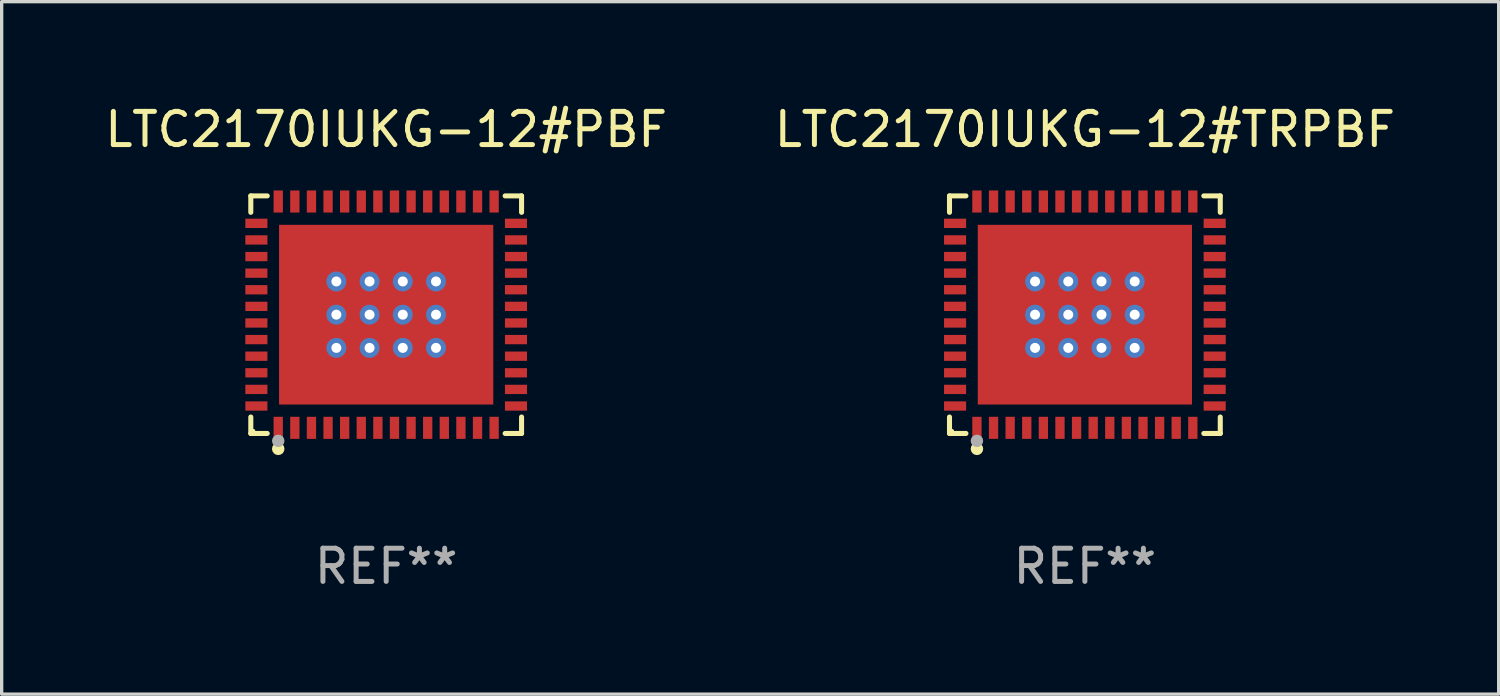
<source format=kicad_pcb>
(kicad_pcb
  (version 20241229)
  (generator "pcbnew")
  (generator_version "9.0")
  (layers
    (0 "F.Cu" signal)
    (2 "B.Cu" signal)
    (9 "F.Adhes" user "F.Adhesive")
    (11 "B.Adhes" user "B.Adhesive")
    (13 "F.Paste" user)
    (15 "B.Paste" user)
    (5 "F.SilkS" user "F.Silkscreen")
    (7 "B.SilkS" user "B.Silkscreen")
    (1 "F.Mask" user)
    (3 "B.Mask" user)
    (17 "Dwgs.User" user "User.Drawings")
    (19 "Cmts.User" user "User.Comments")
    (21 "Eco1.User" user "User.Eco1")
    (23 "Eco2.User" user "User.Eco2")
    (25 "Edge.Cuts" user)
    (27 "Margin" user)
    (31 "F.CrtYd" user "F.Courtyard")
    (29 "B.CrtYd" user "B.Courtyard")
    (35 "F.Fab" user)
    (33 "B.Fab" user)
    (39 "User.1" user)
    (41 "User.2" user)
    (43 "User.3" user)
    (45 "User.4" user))
  (footprint "LTC2170IUKG-12#PBF"
    (layer "F.Cu")
    (at 8.577 6.424)
    (property "Reference" "LTC2170IUKG-12#PBF" (at 0 -5.576 0) (layer "F.SilkS") (effects (font (size 1 1) (thickness 0.15))))
    (attr through_hole)
    (fp_line (start -4.076 -3.576) (end -3.581 -3.576) (stroke (width 0.152) (type solid)) (layer "F.SilkS"))
    (fp_line (start -4.076 -3.081) (end -4.076 -3.576) (stroke (width 0.152) (type solid)) (layer "F.SilkS"))
    (fp_line (start -4.076 3.081) (end -4.076 3.576) (stroke (width 0.152) (type solid)) (layer "F.SilkS"))
    (fp_line (start -4.076 3.576) (end -3.581 3.576) (stroke (width 0.152) (type solid)) (layer "F.SilkS"))
    (fp_line (start 4.076 -3.576) (end 3.581 -3.576) (stroke (width 0.152) (type solid)) (layer "F.SilkS"))
    (fp_line (start 4.076 -3.081) (end 4.076 -3.576) (stroke (width 0.152) (type solid)) (layer "F.SilkS"))
    (fp_line (start 4.076 3.081) (end 4.076 3.576) (stroke (width 0.152) (type solid)) (layer "F.SilkS"))
    (fp_line (start 4.076 3.576) (end 3.581 3.576) (stroke (width 0.152) (type solid)) (layer "F.SilkS"))
    (fp_circle (center -4 3.5) (end -3.97 3.5) (stroke (width 0.06) (type solid)) (fill no) (layer "F.SilkS"))
    (fp_circle (center -3.25 4.04) (end -3.156 4.04) (stroke (width 0.188) (type solid)) (fill no) (layer "F.SilkS"))
    (fp_circle (center -3.25 3.8) (end -3.156 3.8) (stroke (width 0.188) (type solid)) (fill no) (layer "F.Fab"))
    (fp_text user "REF**" (at 0 7.576 0) (layer "F.Fab") (effects (font (size 1 1) (thickness 0.15))))
    (pad "1" smd rect (at -3.25 3.407) (size 0.28 0.665) (layers "F.Cu" "F.Mask" "F.Paste"))
    (pad "2" smd rect (at -2.75 3.407) (size 0.28 0.665) (layers "F.Cu" "F.Mask" "F.Paste"))
    (pad "3" smd rect (at -2.25 3.407) (size 0.28 0.665) (layers "F.Cu" "F.Mask" "F.Paste"))
    (pad "4" smd rect (at -1.75 3.407) (size 0.28 0.665) (layers "F.Cu" "F.Mask" "F.Paste"))
    (pad "5" smd rect (at -1.25 3.407) (size 0.28 0.665) (layers "F.Cu" "F.Mask" "F.Paste"))
    (pad "6" smd rect (at -0.75 3.407) (size 0.28 0.665) (layers "F.Cu" "F.Mask" "F.Paste"))
    (pad "7" smd rect (at -0.25 3.407) (size 0.28 0.665) (layers "F.Cu" "F.Mask" "F.Paste"))
    (pad "8" smd rect (at 0.25 3.407) (size 0.28 0.665) (layers "F.Cu" "F.Mask" "F.Paste"))
    (pad "9" smd rect (at 0.75 3.407) (size 0.28 0.665) (layers "F.Cu" "F.Mask" "F.Paste"))
    (pad "10" smd rect (at 1.25 3.407) (size 0.28 0.665) (layers "F.Cu" "F.Mask" "F.Paste"))
    (pad "11" smd rect (at 1.75 3.407) (size 0.28 0.665) (layers "F.Cu" "F.Mask" "F.Paste"))
    (pad "12" smd rect (at 2.25 3.407) (size 0.28 0.665) (layers "F.Cu" "F.Mask" "F.Paste"))
    (pad "13" smd rect (at 2.75 3.407) (size 0.28 0.665) (layers "F.Cu" "F.Mask" "F.Paste"))
    (pad "14" smd rect (at 3.25 3.407) (size 0.28 0.665) (layers "F.Cu" "F.Mask" "F.Paste"))
    (pad "15" smd rect (at 3.908 2.75) (size 0.665 0.28) (layers "F.Cu" "F.Mask" "F.Paste"))
    (pad "16" smd rect (at 3.908 2.25) (size 0.665 0.28) (layers "F.Cu" "F.Mask" "F.Paste"))
    (pad "17" smd rect (at 3.908 1.75) (size 0.665 0.28) (layers "F.Cu" "F.Mask" "F.Paste"))
    (pad "18" smd rect (at 3.908 1.25) (size 0.665 0.28) (layers "F.Cu" "F.Mask" "F.Paste"))
    (pad "19" smd rect (at 3.908 0.75) (size 0.665 0.28) (layers "F.Cu" "F.Mask" "F.Paste"))
    (pad "20" smd rect (at 3.908 0.25) (size 0.665 0.28) (layers "F.Cu" "F.Mask" "F.Paste"))
    (pad "21" smd rect (at 3.908 -0.25) (size 0.665 0.28) (layers "F.Cu" "F.Mask" "F.Paste"))
    (pad "22" smd rect (at 3.908 -0.75) (size 0.665 0.28) (layers "F.Cu" "F.Mask" "F.Paste"))
    (pad "23" smd rect (at 3.908 -1.25) (size 0.665 0.28) (layers "F.Cu" "F.Mask" "F.Paste"))
    (pad "24" smd rect (at 3.908 -1.75) (size 0.665 0.28) (layers "F.Cu" "F.Mask" "F.Paste"))
    (pad "25" smd rect (at 3.908 -2.25) (size 0.665 0.28) (layers "F.Cu" "F.Mask" "F.Paste"))
    (pad "26" smd rect (at 3.908 -2.75) (size 0.665 0.28) (layers "F.Cu" "F.Mask" "F.Paste"))
    (pad "27" smd rect (at 3.25 -3.407) (size 0.28 0.665) (layers "F.Cu" "F.Mask" "F.Paste"))
    (pad "28" smd rect (at 2.75 -3.407) (size 0.28 0.665) (layers "F.Cu" "F.Mask" "F.Paste"))
    (pad "29" smd rect (at 2.25 -3.407) (size 0.28 0.665) (layers "F.Cu" "F.Mask" "F.Paste"))
    (pad "30" smd rect (at 1.75 -3.407) (size 0.28 0.665) (layers "F.Cu" "F.Mask" "F.Paste"))
    (pad "31" smd rect (at 1.25 -3.407) (size 0.28 0.665) (layers "F.Cu" "F.Mask" "F.Paste"))
    (pad "32" smd rect (at 0.75 -3.407) (size 0.28 0.665) (layers "F.Cu" "F.Mask" "F.Paste"))
    (pad "33" smd rect (at 0.25 -3.407) (size 0.28 0.665) (layers "F.Cu" "F.Mask" "F.Paste"))
    (pad "34" smd rect (at -0.25 -3.407) (size 0.28 0.665) (layers "F.Cu" "F.Mask" "F.Paste"))
    (pad "35" smd rect (at -0.75 -3.407) (size 0.28 0.665) (layers "F.Cu" "F.Mask" "F.Paste"))
    (pad "36" smd rect (at -1.25 -3.407) (size 0.28 0.665) (layers "F.Cu" "F.Mask" "F.Paste"))
    (pad "37" smd rect (at -1.75 -3.407) (size 0.28 0.665) (layers "F.Cu" "F.Mask" "F.Paste"))
    (pad "38" smd rect (at -2.25 -3.407) (size 0.28 0.665) (layers "F.Cu" "F.Mask" "F.Paste"))
    (pad "39" smd rect (at -2.75 -3.407) (size 0.28 0.665) (layers "F.Cu" "F.Mask" "F.Paste"))
    (pad "40" smd rect (at -3.25 -3.407) (size 0.28 0.665) (layers "F.Cu" "F.Mask" "F.Paste"))
    (pad "41" smd rect (at -3.908 -2.75) (size 0.665 0.28) (layers "F.Cu" "F.Mask" "F.Paste"))
    (pad "42" smd rect (at -3.908 -2.25) (size 0.665 0.28) (layers "F.Cu" "F.Mask" "F.Paste"))
    (pad "43" smd rect (at -3.908 -1.75) (size 0.665 0.28) (layers "F.Cu" "F.Mask" "F.Paste"))
    (pad "44" smd rect (at -3.908 -1.25) (size 0.665 0.28) (layers "F.Cu" "F.Mask" "F.Paste"))
    (pad "45" smd rect (at -3.908 -0.75) (size 0.665 0.28) (layers "F.Cu" "F.Mask" "F.Paste"))
    (pad "46" smd rect (at -3.908 -0.25) (size 0.665 0.28) (layers "F.Cu" "F.Mask" "F.Paste"))
    (pad "47" smd rect (at -3.908 0.25) (size 0.665 0.28) (layers "F.Cu" "F.Mask" "F.Paste"))
    (pad "48" smd rect (at -3.908 0.75) (size 0.665 0.28) (layers "F.Cu" "F.Mask" "F.Paste"))
    (pad "49" smd rect (at -3.908 1.25) (size 0.665 0.28) (layers "F.Cu" "F.Mask" "F.Paste"))
    (pad "50" smd rect (at -3.908 1.75) (size 0.665 0.28) (layers "F.Cu" "F.Mask" "F.Paste"))
    (pad "51" smd rect (at -3.908 2.25) (size 0.665 0.28) (layers "F.Cu" "F.Mask" "F.Paste"))
    (pad "52" smd rect (at -3.908 2.75) (size 0.665 0.28) (layers "F.Cu" "F.Mask" "F.Paste"))
    (pad "53" thru_hole circle (at -1.5 -1) (size 0.6 0.6) (drill 0.3) (layers "*.Cu" "*.Mask"))
    (pad "53" thru_hole circle (at -1.5 0) (size 0.6 0.6) (drill 0.3) (layers "*.Cu" "*.Mask"))
    (pad "53" thru_hole circle (at -1.5 1) (size 0.6 0.6) (drill 0.3) (layers "*.Cu" "*.Mask"))
    (pad "53" thru_hole circle (at -0.5 -1) (size 0.6 0.6) (drill 0.3) (layers "*.Cu" "*.Mask"))
    (pad "53" thru_hole circle (at -0.5 0) (size 0.6 0.6) (drill 0.3) (layers "*.Cu" "*.Mask"))
    (pad "53" thru_hole circle (at -0.5 1) (size 0.6 0.6) (drill 0.3) (layers "*.Cu" "*.Mask"))
    (pad "53" smd rect (at 0 0) (size 6.45 5.41) (layers "F.Cu" "F.Mask" "F.Paste"))
    (pad "53" thru_hole circle (at 0.5 -1) (size 0.6 0.6) (drill 0.3) (layers "*.Cu" "*.Mask"))
    (pad "53" thru_hole circle (at 0.5 0) (size 0.6 0.6) (drill 0.3) (layers "*.Cu" "*.Mask"))
    (pad "53" thru_hole circle (at 0.5 1) (size 0.6 0.6) (drill 0.3) (layers "*.Cu" "*.Mask"))
    (pad "53" thru_hole circle (at 1.5 -1) (size 0.6 0.6) (drill 0.3) (layers "*.Cu" "*.Mask"))
    (pad "53" thru_hole circle (at 1.5 0) (size 0.6 0.6) (drill 0.3) (layers "*.Cu" "*.Mask"))
    (pad "53" thru_hole circle (at 1.5 1) (size 0.6 0.6) (drill 0.3) (layers "*.Cu" "*.Mask")))
  (footprint "LTC2170IUKG-12#TRPBF"
    (layer "F.Cu")
    (at 29.613 6.424)
    (property "Reference" "LTC2170IUKG-12#TRPBF" (at 0 -5.576 0) (layer "F.SilkS") (effects (font (size 1 1) (thickness 0.15))))
    (attr through_hole)
    (fp_line (start -4.076 -3.576) (end -3.581 -3.576) (stroke (width 0.152) (type solid)) (layer "F.SilkS"))
    (fp_line (start -4.076 -3.081) (end -4.076 -3.576) (stroke (width 0.152) (type solid)) (layer "F.SilkS"))
    (fp_line (start -4.076 3.081) (end -4.076 3.576) (stroke (width 0.152) (type solid)) (layer "F.SilkS"))
    (fp_line (start -4.076 3.576) (end -3.581 3.576) (stroke (width 0.152) (type solid)) (layer "F.SilkS"))
    (fp_line (start 4.076 -3.576) (end 3.581 -3.576) (stroke (width 0.152) (type solid)) (layer "F.SilkS"))
    (fp_line (start 4.076 -3.081) (end 4.076 -3.576) (stroke (width 0.152) (type solid)) (layer "F.SilkS"))
    (fp_line (start 4.076 3.081) (end 4.076 3.576) (stroke (width 0.152) (type solid)) (layer "F.SilkS"))
    (fp_line (start 4.076 3.576) (end 3.581 3.576) (stroke (width 0.152) (type solid)) (layer "F.SilkS"))
    (fp_circle (center -4 3.5) (end -3.97 3.5) (stroke (width 0.06) (type solid)) (fill no) (layer "F.SilkS"))
    (fp_circle (center -3.25 4.04) (end -3.156 4.04) (stroke (width 0.188) (type solid)) (fill no) (layer "F.SilkS"))
    (fp_circle (center -3.25 3.8) (end -3.156 3.8) (stroke (width 0.188) (type solid)) (fill no) (layer "F.Fab"))
    (fp_text user "REF**" (at 0 7.576 0) (layer "F.Fab") (effects (font (size 1 1) (thickness 0.15))))
    (pad "1" smd rect (at -3.25 3.407) (size 0.28 0.665) (layers "F.Cu" "F.Mask" "F.Paste"))
    (pad "2" smd rect (at -2.75 3.407) (size 0.28 0.665) (layers "F.Cu" "F.Mask" "F.Paste"))
    (pad "3" smd rect (at -2.25 3.407) (size 0.28 0.665) (layers "F.Cu" "F.Mask" "F.Paste"))
    (pad "4" smd rect (at -1.75 3.407) (size 0.28 0.665) (layers "F.Cu" "F.Mask" "F.Paste"))
    (pad "5" smd rect (at -1.25 3.407) (size 0.28 0.665) (layers "F.Cu" "F.Mask" "F.Paste"))
    (pad "6" smd rect (at -0.75 3.407) (size 0.28 0.665) (layers "F.Cu" "F.Mask" "F.Paste"))
    (pad "7" smd rect (at -0.25 3.407) (size 0.28 0.665) (layers "F.Cu" "F.Mask" "F.Paste"))
    (pad "8" smd rect (at 0.25 3.407) (size 0.28 0.665) (layers "F.Cu" "F.Mask" "F.Paste"))
    (pad "9" smd rect (at 0.75 3.407) (size 0.28 0.665) (layers "F.Cu" "F.Mask" "F.Paste"))
    (pad "10" smd rect (at 1.25 3.407) (size 0.28 0.665) (layers "F.Cu" "F.Mask" "F.Paste"))
    (pad "11" smd rect (at 1.75 3.407) (size 0.28 0.665) (layers "F.Cu" "F.Mask" "F.Paste"))
    (pad "12" smd rect (at 2.25 3.407) (size 0.28 0.665) (layers "F.Cu" "F.Mask" "F.Paste"))
    (pad "13" smd rect (at 2.75 3.407) (size 0.28 0.665) (layers "F.Cu" "F.Mask" "F.Paste"))
    (pad "14" smd rect (at 3.25 3.407) (size 0.28 0.665) (layers "F.Cu" "F.Mask" "F.Paste"))
    (pad "15" smd rect (at 3.908 2.75) (size 0.665 0.28) (layers "F.Cu" "F.Mask" "F.Paste"))
    (pad "16" smd rect (at 3.908 2.25) (size 0.665 0.28) (layers "F.Cu" "F.Mask" "F.Paste"))
    (pad "17" smd rect (at 3.908 1.75) (size 0.665 0.28) (layers "F.Cu" "F.Mask" "F.Paste"))
    (pad "18" smd rect (at 3.908 1.25) (size 0.665 0.28) (layers "F.Cu" "F.Mask" "F.Paste"))
    (pad "19" smd rect (at 3.908 0.75) (size 0.665 0.28) (layers "F.Cu" "F.Mask" "F.Paste"))
    (pad "20" smd rect (at 3.908 0.25) (size 0.665 0.28) (layers "F.Cu" "F.Mask" "F.Paste"))
    (pad "21" smd rect (at 3.908 -0.25) (size 0.665 0.28) (layers "F.Cu" "F.Mask" "F.Paste"))
    (pad "22" smd rect (at 3.908 -0.75) (size 0.665 0.28) (layers "F.Cu" "F.Mask" "F.Paste"))
    (pad "23" smd rect (at 3.908 -1.25) (size 0.665 0.28) (layers "F.Cu" "F.Mask" "F.Paste"))
    (pad "24" smd rect (at 3.908 -1.75) (size 0.665 0.28) (layers "F.Cu" "F.Mask" "F.Paste"))
    (pad "25" smd rect (at 3.908 -2.25) (size 0.665 0.28) (layers "F.Cu" "F.Mask" "F.Paste"))
    (pad "26" smd rect (at 3.908 -2.75) (size 0.665 0.28) (layers "F.Cu" "F.Mask" "F.Paste"))
    (pad "27" smd rect (at 3.25 -3.407) (size 0.28 0.665) (layers "F.Cu" "F.Mask" "F.Paste"))
    (pad "28" smd rect (at 2.75 -3.407) (size 0.28 0.665) (layers "F.Cu" "F.Mask" "F.Paste"))
    (pad "29" smd rect (at 2.25 -3.407) (size 0.28 0.665) (layers "F.Cu" "F.Mask" "F.Paste"))
    (pad "30" smd rect (at 1.75 -3.407) (size 0.28 0.665) (layers "F.Cu" "F.Mask" "F.Paste"))
    (pad "31" smd rect (at 1.25 -3.407) (size 0.28 0.665) (layers "F.Cu" "F.Mask" "F.Paste"))
    (pad "32" smd rect (at 0.75 -3.407) (size 0.28 0.665) (layers "F.Cu" "F.Mask" "F.Paste"))
    (pad "33" smd rect (at 0.25 -3.407) (size 0.28 0.665) (layers "F.Cu" "F.Mask" "F.Paste"))
    (pad "34" smd rect (at -0.25 -3.407) (size 0.28 0.665) (layers "F.Cu" "F.Mask" "F.Paste"))
    (pad "35" smd rect (at -0.75 -3.407) (size 0.28 0.665) (layers "F.Cu" "F.Mask" "F.Paste"))
    (pad "36" smd rect (at -1.25 -3.407) (size 0.28 0.665) (layers "F.Cu" "F.Mask" "F.Paste"))
    (pad "37" smd rect (at -1.75 -3.407) (size 0.28 0.665) (layers "F.Cu" "F.Mask" "F.Paste"))
    (pad "38" smd rect (at -2.25 -3.407) (size 0.28 0.665) (layers "F.Cu" "F.Mask" "F.Paste"))
    (pad "39" smd rect (at -2.75 -3.407) (size 0.28 0.665) (layers "F.Cu" "F.Mask" "F.Paste"))
    (pad "40" smd rect (at -3.25 -3.407) (size 0.28 0.665) (layers "F.Cu" "F.Mask" "F.Paste"))
    (pad "41" smd rect (at -3.908 -2.75) (size 0.665 0.28) (layers "F.Cu" "F.Mask" "F.Paste"))
    (pad "42" smd rect (at -3.908 -2.25) (size 0.665 0.28) (layers "F.Cu" "F.Mask" "F.Paste"))
    (pad "43" smd rect (at -3.908 -1.75) (size 0.665 0.28) (layers "F.Cu" "F.Mask" "F.Paste"))
    (pad "44" smd rect (at -3.908 -1.25) (size 0.665 0.28) (layers "F.Cu" "F.Mask" "F.Paste"))
    (pad "45" smd rect (at -3.908 -0.75) (size 0.665 0.28) (layers "F.Cu" "F.Mask" "F.Paste"))
    (pad "46" smd rect (at -3.908 -0.25) (size 0.665 0.28) (layers "F.Cu" "F.Mask" "F.Paste"))
    (pad "47" smd rect (at -3.908 0.25) (size 0.665 0.28) (layers "F.Cu" "F.Mask" "F.Paste"))
    (pad "48" smd rect (at -3.908 0.75) (size 0.665 0.28) (layers "F.Cu" "F.Mask" "F.Paste"))
    (pad "49" smd rect (at -3.908 1.25) (size 0.665 0.28) (layers "F.Cu" "F.Mask" "F.Paste"))
    (pad "50" smd rect (at -3.908 1.75) (size 0.665 0.28) (layers "F.Cu" "F.Mask" "F.Paste"))
    (pad "51" smd rect (at -3.908 2.25) (size 0.665 0.28) (layers "F.Cu" "F.Mask" "F.Paste"))
    (pad "52" smd rect (at -3.908 2.75) (size 0.665 0.28) (layers "F.Cu" "F.Mask" "F.Paste"))
    (pad "53" thru_hole circle (at -1.5 -1) (size 0.6 0.6) (drill 0.3) (layers "*.Cu" "*.Mask"))
    (pad "53" thru_hole circle (at -1.5 0) (size 0.6 0.6) (drill 0.3) (layers "*.Cu" "*.Mask"))
    (pad "53" thru_hole circle (at -1.5 1) (size 0.6 0.6) (drill 0.3) (layers "*.Cu" "*.Mask"))
    (pad "53" thru_hole circle (at -0.5 -1) (size 0.6 0.6) (drill 0.3) (layers "*.Cu" "*.Mask"))
    (pad "53" thru_hole circle (at -0.5 0) (size 0.6 0.6) (drill 0.3) (layers "*.Cu" "*.Mask"))
    (pad "53" thru_hole circle (at -0.5 1) (size 0.6 0.6) (drill 0.3) (layers "*.Cu" "*.Mask"))
    (pad "53" smd rect (at 0 0) (size 6.45 5.41) (layers "F.Cu" "F.Mask" "F.Paste"))
    (pad "53" thru_hole circle (at 0.5 -1) (size 0.6 0.6) (drill 0.3) (layers "*.Cu" "*.Mask"))
    (pad "53" thru_hole circle (at 0.5 0) (size 0.6 0.6) (drill 0.3) (layers "*.Cu" "*.Mask"))
    (pad "53" thru_hole circle (at 0.5 1) (size 0.6 0.6) (drill 0.3) (layers "*.Cu" "*.Mask"))
    (pad "53" thru_hole circle (at 1.5 -1) (size 0.6 0.6) (drill 0.3) (layers "*.Cu" "*.Mask"))
    (pad "53" thru_hole circle (at 1.5 0) (size 0.6 0.6) (drill 0.3) (layers "*.Cu" "*.Mask"))
    (pad "53" thru_hole circle (at 1.5 1) (size 0.6 0.6) (drill 0.3) (layers "*.Cu" "*.Mask")))
  (gr_rect
    (start -3 -3)
    (end 42.071 17.849)
    (stroke (width 0.1) (type default))
    (fill no)
    (layer "Edge.Cuts")))
</source>
